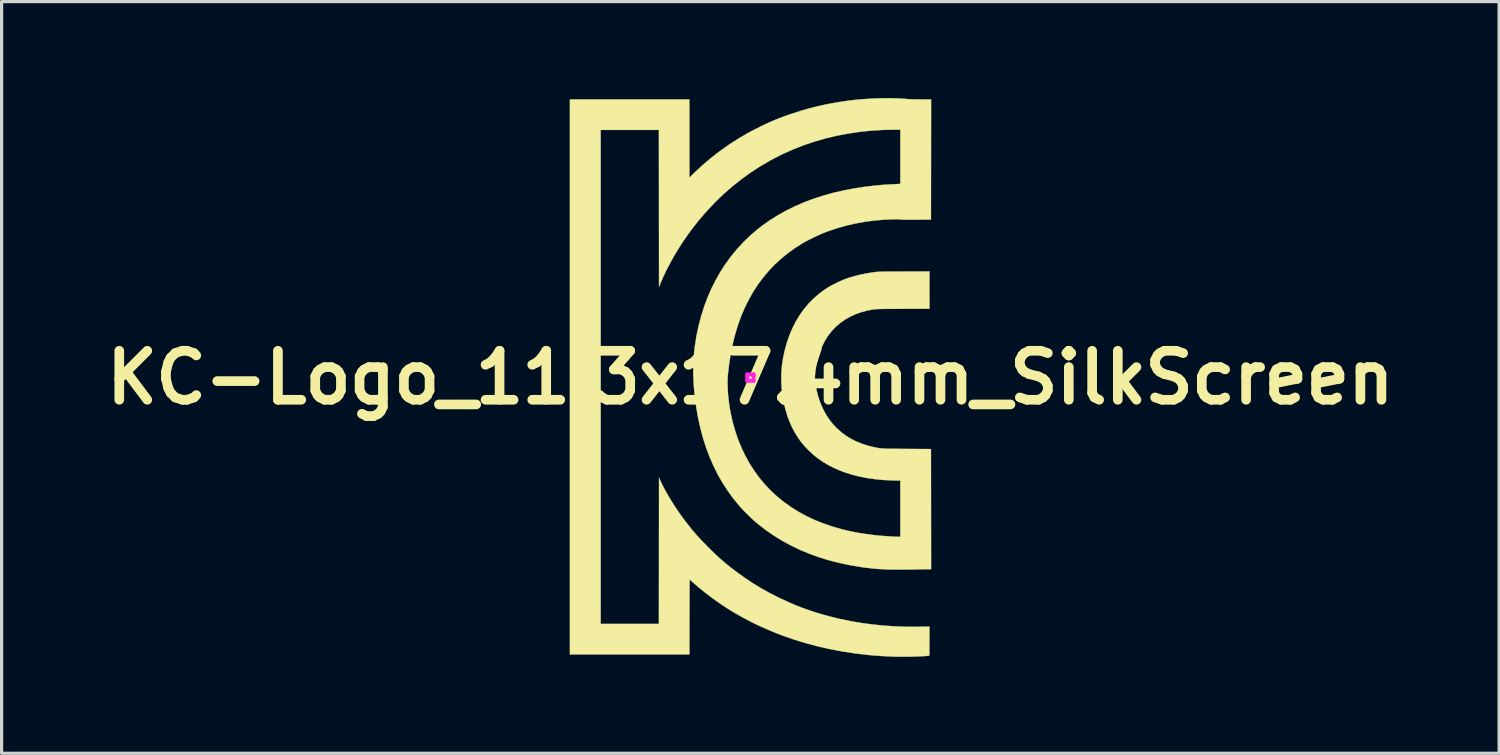
<source format=kicad_pcb>
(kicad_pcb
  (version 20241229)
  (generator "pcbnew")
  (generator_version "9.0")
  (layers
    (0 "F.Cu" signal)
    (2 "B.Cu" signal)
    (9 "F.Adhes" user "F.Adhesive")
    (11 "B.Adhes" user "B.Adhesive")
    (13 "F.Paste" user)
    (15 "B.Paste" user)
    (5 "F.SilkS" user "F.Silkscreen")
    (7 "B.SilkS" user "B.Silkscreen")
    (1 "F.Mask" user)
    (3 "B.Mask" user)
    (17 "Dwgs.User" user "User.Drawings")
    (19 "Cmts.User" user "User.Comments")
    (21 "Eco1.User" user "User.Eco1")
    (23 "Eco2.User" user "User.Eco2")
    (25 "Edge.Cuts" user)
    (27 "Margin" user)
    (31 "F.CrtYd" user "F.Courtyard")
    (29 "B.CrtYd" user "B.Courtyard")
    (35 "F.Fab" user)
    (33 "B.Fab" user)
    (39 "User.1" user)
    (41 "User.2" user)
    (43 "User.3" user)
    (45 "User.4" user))
  (footprint "KC-Logo_11.3x17.4mm_SilkScreen"
    (layer "F.Cu")
    (at 20.291 8.696)
    (property "Reference" "KC-Logo_11.3x17.4mm_SilkScreen" (at 0 0 0) (layer "F.SilkS") (effects (font (size 1.524 1.524) (thickness 0.3))))
    (attr exclude_from_pos_files exclude_from_bom)
    (fp_poly (pts (xy 4.549 -8.686) (xy 4.727 -8.677) (xy 4.868 -8.666) (xy 4.928 -8.661) (xy 5.001 -8.658) (xy 5.089 -8.655) (xy 5.192 -8.654) (xy 5.31 -8.653) (xy 5.311 -8.653) (xy 5.622 -8.653) (xy 5.62 -6.784) (xy 5.618 -4.915) (xy 5.149 -4.913) (xy 5.039 -4.912) (xy 4.946 -4.912) (xy 4.867 -4.912) (xy 4.803 -4.913) (xy 4.753 -4.914) (xy 4.715 -4.915) (xy 4.689 -4.917) (xy 4.673 -4.919) (xy 4.668 -4.92) (xy 4.656 -4.923) (xy 4.629 -4.925) (xy 4.589 -4.926) (xy 4.539 -4.926) (xy 4.479 -4.925) (xy 4.413 -4.923) (xy 4.342 -4.921) (xy 4.268 -4.918) (xy 4.193 -4.914) (xy 4.123 -4.91) (xy 3.831 -4.884) (xy 3.539 -4.844) (xy 3.25 -4.79) (xy 2.965 -4.724) (xy 2.687 -4.645) (xy 2.418 -4.554) (xy 2.286 -4.504) (xy 2.218 -4.475) (xy 2.14 -4.441) (xy 2.056 -4.402) (xy 1.968 -4.36) (xy 1.881 -4.317) (xy 1.797 -4.275) (xy 1.719 -4.234) (xy 1.652 -4.197) (xy 1.615 -4.175) (xy 1.379 -4.025) (xy 1.156 -3.863) (xy 0.946 -3.691) (xy 0.748 -3.507) (xy 0.562 -3.311) (xy 0.389 -3.104) (xy 0.228 -2.886) (xy 0.08 -2.656) (xy -0.057 -2.414) (xy -0.18 -2.162) (xy -0.292 -1.897) (xy -0.391 -1.621) (xy -0.477 -1.334) (xy -0.552 -1.035) (xy -0.614 -0.724) (xy -0.664 -0.402) (xy -0.699 -0.093) (xy -0.708 0.036) (xy -0.71 0.177) (xy -0.706 0.329) (xy -0.697 0.488) (xy -0.682 0.652) (xy -0.661 0.817) (xy -0.636 0.982) (xy -0.617 1.084) (xy -0.554 1.369) (xy -0.477 1.644) (xy -0.387 1.911) (xy -0.283 2.167) (xy -0.166 2.414) (xy -0.037 2.651) (xy 0.106 2.877) (xy 0.261 3.092) (xy 0.429 3.297) (xy 0.61 3.49) (xy 0.802 3.672) (xy 1.007 3.842) (xy 1.06 3.882) (xy 1.279 4.037) (xy 1.508 4.18) (xy 1.748 4.31) (xy 1.999 4.428) (xy 2.262 4.534) (xy 2.537 4.628) (xy 2.577 4.641) (xy 2.82 4.711) (xy 3.066 4.771) (xy 3.317 4.822) (xy 3.577 4.864) (xy 3.847 4.899) (xy 4.043 4.919) (xy 4.1 4.923) (xy 4.166 4.928) (xy 4.239 4.933) (xy 4.315 4.938) (xy 4.391 4.942) (xy 4.463 4.946) (xy 4.529 4.949) (xy 4.586 4.952) (xy 4.63 4.953) (xy 4.642 4.953) (xy 4.665 4.953) (xy 4.665 3.203) (xy 4.439 3.198) (xy 4.16 3.185) (xy 3.891 3.161) (xy 3.633 3.124) (xy 3.386 3.075) (xy 3.15 3.015) (xy 2.926 2.943) (xy 2.809 2.899) (xy 2.611 2.814) (xy 2.427 2.721) (xy 2.255 2.619) (xy 2.095 2.508) (xy 1.946 2.387) (xy 1.805 2.254) (xy 1.803 2.253) (xy 1.698 2.142) (xy 1.605 2.034) (xy 1.522 1.925) (xy 1.445 1.809) (xy 1.371 1.685) (xy 1.36 1.664) (xy 1.278 1.505) (xy 1.208 1.343) (xy 1.147 1.176) (xy 1.094 0.998) (xy 1.048 0.809) (xy 1.046 0.8) (xy 1.002 0.56) (xy 0.973 0.325) (xy 0.961 0.092) (xy 0.964 -0.14) (xy 0.983 -0.371) (xy 1.018 -0.605) (xy 1.069 -0.843) (xy 1.073 -0.859) (xy 1.14 -1.098) (xy 1.219 -1.325) (xy 1.311 -1.541) (xy 1.414 -1.745) (xy 1.53 -1.937) (xy 1.658 -2.118) (xy 1.798 -2.287) (xy 1.949 -2.443) (xy 2.113 -2.588) (xy 2.289 -2.721) (xy 2.405 -2.798) (xy 2.461 -2.831) (xy 2.529 -2.869) (xy 2.605 -2.908) (xy 2.686 -2.948) (xy 2.767 -2.987) (xy 2.844 -3.021) (xy 2.915 -3.051) (xy 2.938 -3.06) (xy 3.092 -3.114) (xy 3.251 -3.161) (xy 3.418 -3.202) (xy 3.595 -3.238) (xy 3.784 -3.269) (xy 3.878 -3.282) (xy 3.899 -3.285) (xy 3.922 -3.287) (xy 3.947 -3.289) (xy 3.976 -3.291) (xy 4.01 -3.292) (xy 4.05 -3.294) (xy 4.097 -3.295) (xy 4.152 -3.296) (xy 4.217 -3.297) (xy 4.293 -3.297) (xy 4.38 -3.298) (xy 4.481 -3.299) (xy 4.595 -3.299) (xy 4.725 -3.3) (xy 4.782 -3.3) (xy 5.571 -3.303) (xy 5.571 -2.143) (xy 4.748 -2.14) (xy 4.609 -2.139) (xy 4.486 -2.139) (xy 4.377 -2.138) (xy 4.283 -2.138) (xy 4.2 -2.137) (xy 4.13 -2.136) (xy 4.069 -2.135) (xy 4.018 -2.134) (xy 3.975 -2.133) (xy 3.939 -2.132) (xy 3.908 -2.13) (xy 3.883 -2.128) (xy 3.861 -2.126) (xy 3.842 -2.124) (xy 3.827 -2.122) (xy 3.632 -2.085) (xy 3.446 -2.035) (xy 3.27 -1.972) (xy 3.104 -1.896) (xy 2.948 -1.807) (xy 2.803 -1.706) (xy 2.67 -1.593) (xy 2.548 -1.468) (xy 2.438 -1.332) (xy 2.395 -1.27) (xy 2.359 -1.213) (xy 2.32 -1.145) (xy 2.281 -1.071) (xy 2.243 -0.995) (xy 2.209 -0.921) (xy 2.185 -0.865) (xy 2.152 -0.773) (xy 2.12 -0.673) (xy 2.092 -0.566) (xy 2.066 -0.456) (xy 2.045 -0.347) (xy 2.028 -0.24) (xy 2.016 -0.139) (xy 2.009 -0.048) (xy 2.009 0.032) (xy 2.009 0.039) (xy 2.025 0.205) (xy 2.055 0.376) (xy 2.098 0.548) (xy 2.152 0.718) (xy 2.218 0.884) (xy 2.293 1.041) (xy 2.377 1.188) (xy 2.41 1.238) (xy 2.489 1.35) (xy 2.57 1.45) (xy 2.658 1.544) (xy 2.694 1.579) (xy 2.829 1.699) (xy 2.972 1.807) (xy 3.125 1.901) (xy 3.288 1.984) (xy 3.462 2.055) (xy 3.647 2.115) (xy 3.819 2.158) (xy 3.86 2.167) (xy 3.897 2.175) (xy 3.931 2.182) (xy 3.964 2.188) (xy 3.997 2.194) (xy 4.031 2.198) (xy 4.068 2.202) (xy 4.108 2.205) (xy 4.154 2.208) (xy 4.206 2.21) (xy 4.266 2.212) (xy 4.335 2.213) (xy 4.414 2.214) (xy 4.505 2.215) (xy 4.608 2.216) (xy 4.726 2.217) (xy 4.86 2.218) (xy 4.873 2.218) (xy 5.618 2.223) (xy 5.62 4.09) (xy 5.622 5.958) (xy 5.188 5.965) (xy 5.011 5.968) (xy 4.849 5.97) (xy 4.7 5.971) (xy 4.564 5.971) (xy 4.439 5.97) (xy 4.322 5.968) (xy 4.213 5.965) (xy 4.11 5.96) (xy 4.01 5.954) (xy 3.914 5.947) (xy 3.818 5.938) (xy 3.722 5.928) (xy 3.624 5.916) (xy 3.522 5.903) (xy 3.446 5.892) (xy 3.106 5.836) (xy 2.775 5.767) (xy 2.453 5.684) (xy 2.141 5.589) (xy 1.838 5.48) (xy 1.546 5.358) (xy 1.264 5.223) (xy 0.993 5.076) (xy 0.732 4.916) (xy 0.482 4.744) (xy 0.244 4.559) (xy 0.164 4.492) (xy 0.105 4.44) (xy 0.039 4.379) (xy -0.032 4.31) (xy -0.105 4.238) (xy -0.177 4.166) (xy -0.245 4.096) (xy -0.305 4.031) (xy -0.345 3.986) (xy -0.531 3.759) (xy -0.704 3.521) (xy -0.865 3.273) (xy -1.012 3.015) (xy -1.146 2.746) (xy -1.268 2.467) (xy -1.377 2.177) (xy -1.473 1.876) (xy -1.556 1.564) (xy -1.627 1.242) (xy -1.685 0.908) (xy -1.73 0.563) (xy -1.748 0.385) (xy -1.767 0.134) (xy -1.776 -0.106) (xy -1.776 -0.34) (xy -1.766 -0.57) (xy -1.747 -0.801) (xy -1.727 -0.974) (xy -1.677 -1.291) (xy -1.613 -1.6) (xy -1.534 -1.901) (xy -1.442 -2.194) (xy -1.337 -2.479) (xy -1.218 -2.754) (xy -1.085 -3.02) (xy -0.94 -3.276) (xy -0.782 -3.522) (xy -0.611 -3.758) (xy -0.427 -3.983) (xy -0.232 -4.197) (xy -0.024 -4.4) (xy 0.196 -4.591) (xy 0.364 -4.723) (xy 0.603 -4.892) (xy 0.855 -5.05) (xy 1.118 -5.197) (xy 1.394 -5.332) (xy 1.68 -5.456) (xy 1.977 -5.567) (xy 2.284 -5.666) (xy 2.599 -5.753) (xy 2.897 -5.821) (xy 3.206 -5.881) (xy 3.521 -5.93) (xy 3.838 -5.969) (xy 4.153 -5.998) (xy 4.395 -6.012) (xy 4.455 -6.014) (xy 4.511 -6.017) (xy 4.56 -6.02) (xy 4.6 -6.022) (xy 4.627 -6.024) (xy 4.638 -6.025) (xy 4.665 -6.029) (xy 4.665 -7.713) (xy 4.489 -7.713) (xy 4.118 -7.705) (xy 3.75 -7.682) (xy 3.387 -7.644) (xy 3.029 -7.59) (xy 2.676 -7.522) (xy 2.329 -7.439) (xy 1.99 -7.341) (xy 1.658 -7.229) (xy 1.334 -7.102) (xy 1.018 -6.961) (xy 0.927 -6.917) (xy 0.611 -6.752) (xy 0.305 -6.573) (xy 0.008 -6.38) (xy -0.28 -6.172) (xy -0.558 -5.951) (xy -0.827 -5.715) (xy -1.087 -5.465) (xy -1.338 -5.201) (xy -1.579 -4.923) (xy -1.734 -4.731) (xy -1.9 -4.511) (xy -2.06 -4.283) (xy -2.213 -4.048) (xy -2.358 -3.81) (xy -2.492 -3.571) (xy -2.616 -3.333) (xy -2.726 -3.099) (xy -2.791 -2.948) (xy -2.841 -2.827) (xy -2.845 -7.705) (xy -4.657 -7.705) (xy -4.657 7.662) (xy -2.845 7.662) (xy -2.843 5.388) (xy -2.841 3.113) (xy -2.798 3.209) (xy -2.746 3.321) (xy -2.684 3.443) (xy -2.613 3.572) (xy -2.534 3.708) (xy -2.45 3.847) (xy -2.361 3.987) (xy -2.269 4.126) (xy -2.174 4.262) (xy -2.081 4.39) (xy -1.987 4.514) (xy -1.899 4.627) (xy -1.814 4.732) (xy -1.73 4.832) (xy -1.644 4.93) (xy -1.552 5.029) (xy -1.454 5.132) (xy -1.346 5.242) (xy -1.321 5.267) (xy -1.21 5.377) (xy -1.108 5.476) (xy -1.011 5.567) (xy -0.919 5.651) (xy -0.827 5.73) (xy -0.735 5.808) (xy -0.639 5.885) (xy -0.537 5.964) (xy -0.453 6.028) (xy -0.19 6.218) (xy 0.076 6.395) (xy 0.346 6.56) (xy 0.624 6.714) (xy 0.911 6.859) (xy 1.211 6.996) (xy 1.384 7.07) (xy 1.555 7.138) (xy 1.727 7.202) (xy 1.902 7.263) (xy 2.085 7.321) (xy 2.278 7.378) (xy 2.434 7.421) (xy 2.765 7.503) (xy 3.106 7.574) (xy 3.457 7.634) (xy 3.815 7.681) (xy 4.179 7.717) (xy 4.546 7.741) (xy 4.915 7.752) (xy 5.281 7.751) (xy 5.571 7.745) (xy 5.569 8.197) (xy 5.567 8.649) (xy 5.512 8.654) (xy 5.438 8.661) (xy 5.35 8.666) (xy 5.25 8.671) (xy 5.141 8.675) (xy 5.027 8.678) (xy 4.909 8.68) (xy 4.79 8.681) (xy 4.674 8.681) (xy 4.562 8.68) (xy 4.466 8.678) (xy 4.065 8.659) (xy 3.665 8.627) (xy 3.267 8.58) (xy 2.872 8.52) (xy 2.482 8.446) (xy 2.098 8.359) (xy 1.721 8.259) (xy 1.353 8.146) (xy 0.995 8.021) (xy 0.787 7.941) (xy 0.517 7.829) (xy 0.26 7.713) (xy 0.011 7.592) (xy -0.233 7.463) (xy -0.476 7.325) (xy -0.555 7.279) (xy -0.762 7.149) (xy -0.974 7.007) (xy -1.186 6.856) (xy -1.393 6.698) (xy -1.593 6.537) (xy -1.78 6.376) (xy -1.808 6.352) (xy -1.892 6.275) (xy -1.897 8.611) (xy -5.613 8.611) (xy -5.613 -8.653) (xy -1.897 -8.653) (xy -1.897 -6.22) (xy -1.763 -6.351) (xy -1.501 -6.597) (xy -1.227 -6.83) (xy -0.942 -7.051) (xy -0.647 -7.259) (xy -0.341 -7.454) (xy -0.024 -7.636) (xy 0.302 -7.804) (xy 0.514 -7.905) (xy 0.622 -7.953) (xy 0.723 -7.996) (xy 0.82 -8.037) (xy 0.916 -8.075) (xy 1.016 -8.112) (xy 1.121 -8.15) (xy 1.237 -8.19) (xy 1.355 -8.23) (xy 1.593 -8.306) (xy 1.83 -8.374) (xy 2.068 -8.434) (xy 2.31 -8.489) (xy 2.561 -8.538) (xy 2.824 -8.582) (xy 2.955 -8.601) (xy 3.145 -8.626) (xy 3.344 -8.647) (xy 3.548 -8.664) (xy 3.754 -8.677) (xy 3.96 -8.686) (xy 4.163 -8.691) (xy 4.36 -8.691) (xy 4.549 -8.686)) (stroke (width 0.01) (type solid)) (fill yes) (layer "F.SilkS"))
    (fp_line (start -0.1 -0.1) (end 0.1 -0.1) (stroke (width 0.12) (type solid)) (layer "F.CrtYd"))
    (fp_line (start -0.1 0.1) (end -0.1 -0.1) (stroke (width 0.12) (type solid)) (layer "F.CrtYd"))
    (fp_line (start 0.1 -0.1) (end 0.1 0.1) (stroke (width 0.12) (type solid)) (layer "F.CrtYd"))
    (fp_line (start 0.1 0.1) (end -0.1 0.1) (stroke (width 0.12) (type solid)) (layer "F.CrtYd")))
  (gr_rect
    (start -3 -3)
    (end 43.582 20.382)
    (stroke (width 0.1) (type default))
    (fill no)
    (layer "Edge.Cuts")))
</source>
